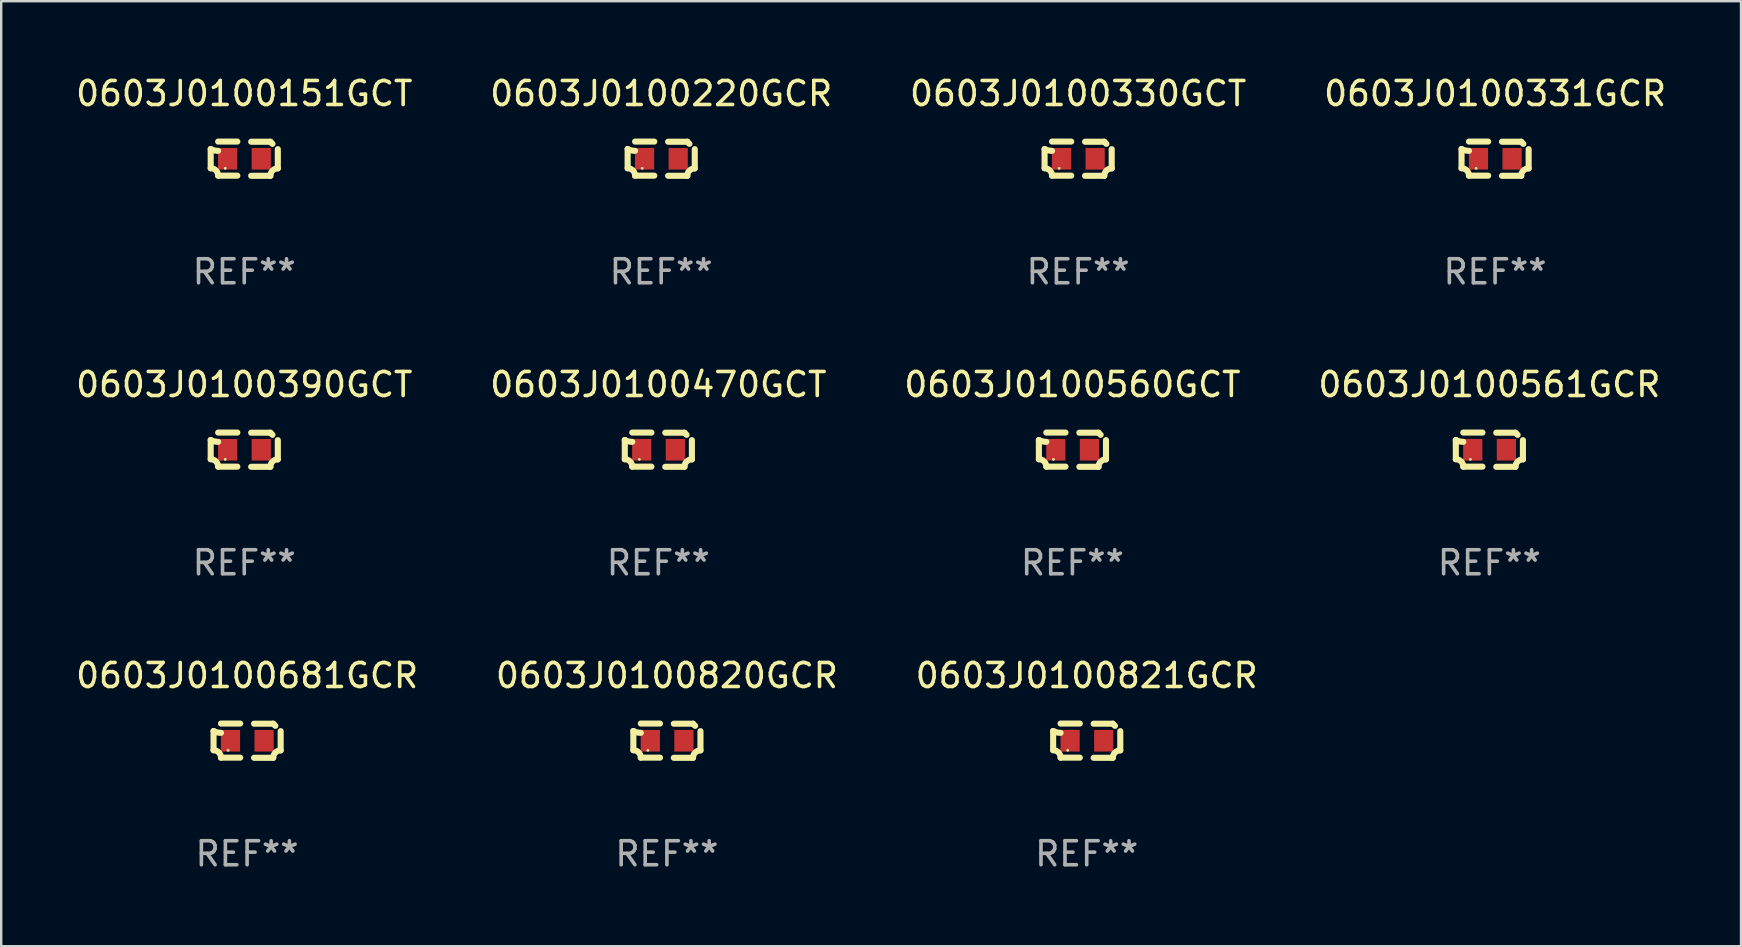
<source format=kicad_pcb>
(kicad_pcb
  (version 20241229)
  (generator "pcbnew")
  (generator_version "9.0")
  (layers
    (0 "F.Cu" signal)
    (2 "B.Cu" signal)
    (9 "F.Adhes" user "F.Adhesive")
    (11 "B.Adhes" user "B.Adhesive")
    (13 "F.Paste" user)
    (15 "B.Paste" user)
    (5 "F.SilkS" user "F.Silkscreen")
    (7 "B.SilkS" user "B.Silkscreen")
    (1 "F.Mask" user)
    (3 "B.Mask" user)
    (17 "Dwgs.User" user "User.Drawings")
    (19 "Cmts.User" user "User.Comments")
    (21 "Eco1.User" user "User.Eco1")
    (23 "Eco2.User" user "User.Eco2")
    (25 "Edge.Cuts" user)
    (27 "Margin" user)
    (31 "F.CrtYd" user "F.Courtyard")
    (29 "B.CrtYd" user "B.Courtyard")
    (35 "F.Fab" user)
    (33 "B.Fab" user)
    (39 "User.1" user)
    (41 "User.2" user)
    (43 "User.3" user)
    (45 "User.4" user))
  (footprint "0603J0100470GCT"
    (layer "F.Cu")
    (at 24.375 15.683)
    (property "Reference" "0603J0100470GCT" (at 0 -2.713 0) (layer "F.SilkS") (effects (font (size 1 1) (thickness 0.15))))
    (attr through_hole)
    (fp_line (start -1.398 -0.403) (end -1.398 0.397) (stroke (width 0.254) (type solid)) (layer "F.SilkS"))
    (fp_line (start -0.288 -0.713) (end -1.088 -0.713) (stroke (width 0.254) (type solid)) (layer "F.SilkS"))
    (fp_line (start -0.288 0.707) (end -1.088 0.707) (stroke (width 0.254) (type solid)) (layer "F.SilkS"))
    (fp_line (start 0.288 -0.707) (end 1.088 -0.707) (stroke (width 0.254) (type solid)) (layer "F.SilkS"))
    (fp_line (start 0.288 0.713) (end 1.088 0.713) (stroke (width 0.254) (type solid)) (layer "F.SilkS"))
    (fp_line (start 1.398 -0.397) (end 1.398 0.403) (stroke (width 0.254) (type solid)) (layer "F.SilkS"))
    (fp_arc (start -1.397789 0.397066) (mid -1.178701 0.487826) (end -1.08796 0.706922) (stroke (width 0.254001) (type solid)) (layer "F.SilkS"))
    (fp_arc (start -1.08796 -0.327176) (mid -1.247436 -0.346384) (end -1.39779 -0.402908) (stroke (width 0.254001) (type solid)) (layer "F.SilkS"))
    (fp_arc (start 1.087909 0.712738) (mid 1.178656 0.493655) (end 1.397739 0.402908) (stroke (width 0.254001) (type solid)) (layer "F.SilkS"))
    (fp_arc (start 1.175925 -0.618926) (mid 1.131917 -0.662923) (end 1.08791 -0.706922) (stroke (width 0.254001) (type solid)) (layer "F.SilkS"))
    (fp_circle (center -0.792 0.403) (end -0.762 0.403) (stroke (width 0.06) (type solid)) (fill no) (layer "F.SilkS"))
    (fp_text user "REF**" (at 0 4.713 0) (layer "F.Fab") (effects (font (size 1 1) (thickness 0.15))))
    (pad "1" smd rect (at -0.692 0.003) (size 0.8 0.9) (layers "F.Cu" "F.Mask" "F.Paste"))
    (pad "2" smd rect (at 0.708 0.003) (size 0.8 0.9) (layers "F.Cu" "F.Mask" "F.Paste")))
  (footprint "0603J0100561GCR"
    (layer "F.Cu")
    (at 58.994 15.683)
    (property "Reference" "0603J0100561GCR" (at 0 -2.713 0) (layer "F.SilkS") (effects (font (size 1 1) (thickness 0.15))))
    (attr through_hole)
    (fp_line (start -1.398 -0.403) (end -1.398 0.397) (stroke (width 0.254) (type solid)) (layer "F.SilkS"))
    (fp_line (start -0.288 -0.713) (end -1.088 -0.713) (stroke (width 0.254) (type solid)) (layer "F.SilkS"))
    (fp_line (start -0.288 0.707) (end -1.088 0.707) (stroke (width 0.254) (type solid)) (layer "F.SilkS"))
    (fp_line (start 0.288 -0.707) (end 1.088 -0.707) (stroke (width 0.254) (type solid)) (layer "F.SilkS"))
    (fp_line (start 0.288 0.713) (end 1.088 0.713) (stroke (width 0.254) (type solid)) (layer "F.SilkS"))
    (fp_line (start 1.398 -0.397) (end 1.398 0.403) (stroke (width 0.254) (type solid)) (layer "F.SilkS"))
    (fp_arc (start -1.397789 0.397066) (mid -1.178701 0.487826) (end -1.08796 0.706922) (stroke (width 0.254001) (type solid)) (layer "F.SilkS"))
    (fp_arc (start -1.08796 -0.327176) (mid -1.247436 -0.346384) (end -1.39779 -0.402908) (stroke (width 0.254001) (type solid)) (layer "F.SilkS"))
    (fp_arc (start 1.087909 0.712738) (mid 1.178656 0.493655) (end 1.397739 0.402908) (stroke (width 0.254001) (type solid)) (layer "F.SilkS"))
    (fp_arc (start 1.175925 -0.618926) (mid 1.131917 -0.662923) (end 1.08791 -0.706922) (stroke (width 0.254001) (type solid)) (layer "F.SilkS"))
    (fp_circle (center -0.792 0.403) (end -0.762 0.403) (stroke (width 0.06) (type solid)) (fill no) (layer "F.SilkS"))
    (fp_text user "REF**" (at 0 4.713 0) (layer "F.Fab") (effects (font (size 1 1) (thickness 0.15))))
    (pad "1" smd rect (at -0.692 0.003) (size 0.8 0.9) (layers "F.Cu" "F.Mask" "F.Paste"))
    (pad "2" smd rect (at 0.708 0.003) (size 0.8 0.9) (layers "F.Cu" "F.Mask" "F.Paste")))
  (footprint "0603J0100681GCR"
    (layer "F.Cu")
    (at 7.244 27.805)
    (property "Reference" "0603J0100681GCR" (at 0 -2.713 0) (layer "F.SilkS") (effects (font (size 1 1) (thickness 0.15))))
    (attr through_hole)
    (fp_line (start -1.398 -0.403) (end -1.398 0.397) (stroke (width 0.254) (type solid)) (layer "F.SilkS"))
    (fp_line (start -0.288 -0.713) (end -1.088 -0.713) (stroke (width 0.254) (type solid)) (layer "F.SilkS"))
    (fp_line (start -0.288 0.707) (end -1.088 0.707) (stroke (width 0.254) (type solid)) (layer "F.SilkS"))
    (fp_line (start 0.288 -0.707) (end 1.088 -0.707) (stroke (width 0.254) (type solid)) (layer "F.SilkS"))
    (fp_line (start 0.288 0.713) (end 1.088 0.713) (stroke (width 0.254) (type solid)) (layer "F.SilkS"))
    (fp_line (start 1.398 -0.397) (end 1.398 0.403) (stroke (width 0.254) (type solid)) (layer "F.SilkS"))
    (fp_arc (start -1.397789 0.397066) (mid -1.178701 0.487826) (end -1.08796 0.706922) (stroke (width 0.254001) (type solid)) (layer "F.SilkS"))
    (fp_arc (start -1.08796 -0.327176) (mid -1.247436 -0.346384) (end -1.39779 -0.402908) (stroke (width 0.254001) (type solid)) (layer "F.SilkS"))
    (fp_arc (start 1.087909 0.712738) (mid 1.178656 0.493655) (end 1.397739 0.402908) (stroke (width 0.254001) (type solid)) (layer "F.SilkS"))
    (fp_arc (start 1.175925 -0.618926) (mid 1.131917 -0.662923) (end 1.08791 -0.706922) (stroke (width 0.254001) (type solid)) (layer "F.SilkS"))
    (fp_circle (center -0.792 0.403) (end -0.762 0.403) (stroke (width 0.06) (type solid)) (fill no) (layer "F.SilkS"))
    (fp_text user "REF**" (at 0 4.713 0) (layer "F.Fab") (effects (font (size 1 1) (thickness 0.15))))
    (pad "1" smd rect (at -0.692 0.003) (size 0.8 0.9) (layers "F.Cu" "F.Mask" "F.Paste"))
    (pad "2" smd rect (at 0.708 0.003) (size 0.8 0.9) (layers "F.Cu" "F.Mask" "F.Paste")))
  (footprint "0603J0100331GCR"
    (layer "F.Cu")
    (at 59.232 3.561)
    (property "Reference" "0603J0100331GCR" (at 0 -2.713 0) (layer "F.SilkS") (effects (font (size 1 1) (thickness 0.15))))
    (attr through_hole)
    (fp_line (start -1.398 -0.403) (end -1.398 0.397) (stroke (width 0.254) (type solid)) (layer "F.SilkS"))
    (fp_line (start -0.288 -0.713) (end -1.088 -0.713) (stroke (width 0.254) (type solid)) (layer "F.SilkS"))
    (fp_line (start -0.288 0.707) (end -1.088 0.707) (stroke (width 0.254) (type solid)) (layer "F.SilkS"))
    (fp_line (start 0.288 -0.707) (end 1.088 -0.707) (stroke (width 0.254) (type solid)) (layer "F.SilkS"))
    (fp_line (start 0.288 0.713) (end 1.088 0.713) (stroke (width 0.254) (type solid)) (layer "F.SilkS"))
    (fp_line (start 1.398 -0.397) (end 1.398 0.403) (stroke (width 0.254) (type solid)) (layer "F.SilkS"))
    (fp_arc (start -1.397789 0.397066) (mid -1.178701 0.487826) (end -1.08796 0.706922) (stroke (width 0.254001) (type solid)) (layer "F.SilkS"))
    (fp_arc (start -1.08796 -0.327176) (mid -1.247436 -0.346384) (end -1.39779 -0.402908) (stroke (width 0.254001) (type solid)) (layer "F.SilkS"))
    (fp_arc (start 1.087909 0.712738) (mid 1.178656 0.493655) (end 1.397739 0.402908) (stroke (width 0.254001) (type solid)) (layer "F.SilkS"))
    (fp_arc (start 1.175925 -0.618926) (mid 1.131917 -0.662923) (end 1.08791 -0.706922) (stroke (width 0.254001) (type solid)) (layer "F.SilkS"))
    (fp_circle (center -0.792 0.403) (end -0.762 0.403) (stroke (width 0.06) (type solid)) (fill no) (layer "F.SilkS"))
    (fp_text user "REF**" (at 0 4.713 0) (layer "F.Fab") (effects (font (size 1 1) (thickness 0.15))))
    (pad "1" smd rect (at -0.692 0.003) (size 0.8 0.9) (layers "F.Cu" "F.Mask" "F.Paste"))
    (pad "2" smd rect (at 0.708 0.003) (size 0.8 0.9) (layers "F.Cu" "F.Mask" "F.Paste")))
  (footprint "0603J0100390GCT"
    (layer "F.Cu")
    (at 7.125 15.683)
    (property "Reference" "0603J0100390GCT" (at 0 -2.713 0) (layer "F.SilkS") (effects (font (size 1 1) (thickness 0.15))))
    (attr through_hole)
    (fp_line (start -1.398 -0.403) (end -1.398 0.397) (stroke (width 0.254) (type solid)) (layer "F.SilkS"))
    (fp_line (start -0.288 -0.713) (end -1.088 -0.713) (stroke (width 0.254) (type solid)) (layer "F.SilkS"))
    (fp_line (start -0.288 0.707) (end -1.088 0.707) (stroke (width 0.254) (type solid)) (layer "F.SilkS"))
    (fp_line (start 0.288 -0.707) (end 1.088 -0.707) (stroke (width 0.254) (type solid)) (layer "F.SilkS"))
    (fp_line (start 0.288 0.713) (end 1.088 0.713) (stroke (width 0.254) (type solid)) (layer "F.SilkS"))
    (fp_line (start 1.398 -0.397) (end 1.398 0.403) (stroke (width 0.254) (type solid)) (layer "F.SilkS"))
    (fp_arc (start -1.397789 0.397066) (mid -1.178701 0.487826) (end -1.08796 0.706922) (stroke (width 0.254001) (type solid)) (layer "F.SilkS"))
    (fp_arc (start -1.08796 -0.327176) (mid -1.247436 -0.346384) (end -1.39779 -0.402908) (stroke (width 0.254001) (type solid)) (layer "F.SilkS"))
    (fp_arc (start 1.087909 0.712738) (mid 1.178656 0.493655) (end 1.397739 0.402908) (stroke (width 0.254001) (type solid)) (layer "F.SilkS"))
    (fp_arc (start 1.175925 -0.618926) (mid 1.131917 -0.662923) (end 1.08791 -0.706922) (stroke (width 0.254001) (type solid)) (layer "F.SilkS"))
    (fp_circle (center -0.792 0.403) (end -0.762 0.403) (stroke (width 0.06) (type solid)) (fill no) (layer "F.SilkS"))
    (fp_text user "REF**" (at 0 4.713 0) (layer "F.Fab") (effects (font (size 1 1) (thickness 0.15))))
    (pad "1" smd rect (at -0.692 0.003) (size 0.8 0.9) (layers "F.Cu" "F.Mask" "F.Paste"))
    (pad "2" smd rect (at 0.708 0.003) (size 0.8 0.9) (layers "F.Cu" "F.Mask" "F.Paste")))
  (footprint "0603J0100220GCR"
    (layer "F.Cu")
    (at 24.494 3.561)
    (property "Reference" "0603J0100220GCR" (at 0 -2.713 0) (layer "F.SilkS") (effects (font (size 1 1) (thickness 0.15))))
    (attr through_hole)
    (fp_line (start -1.398 -0.403) (end -1.398 0.397) (stroke (width 0.254) (type solid)) (layer "F.SilkS"))
    (fp_line (start -0.288 -0.713) (end -1.088 -0.713) (stroke (width 0.254) (type solid)) (layer "F.SilkS"))
    (fp_line (start -0.288 0.707) (end -1.088 0.707) (stroke (width 0.254) (type solid)) (layer "F.SilkS"))
    (fp_line (start 0.288 -0.707) (end 1.088 -0.707) (stroke (width 0.254) (type solid)) (layer "F.SilkS"))
    (fp_line (start 0.288 0.713) (end 1.088 0.713) (stroke (width 0.254) (type solid)) (layer "F.SilkS"))
    (fp_line (start 1.398 -0.397) (end 1.398 0.403) (stroke (width 0.254) (type solid)) (layer "F.SilkS"))
    (fp_arc (start -1.397789 0.397066) (mid -1.178701 0.487826) (end -1.08796 0.706922) (stroke (width 0.254001) (type solid)) (layer "F.SilkS"))
    (fp_arc (start -1.08796 -0.327176) (mid -1.247436 -0.346384) (end -1.39779 -0.402908) (stroke (width 0.254001) (type solid)) (layer "F.SilkS"))
    (fp_arc (start 1.087909 0.712738) (mid 1.178656 0.493655) (end 1.397739 0.402908) (stroke (width 0.254001) (type solid)) (layer "F.SilkS"))
    (fp_arc (start 1.175925 -0.618926) (mid 1.131917 -0.662923) (end 1.08791 -0.706922) (stroke (width 0.254001) (type solid)) (layer "F.SilkS"))
    (fp_circle (center -0.792 0.403) (end -0.762 0.403) (stroke (width 0.06) (type solid)) (fill no) (layer "F.SilkS"))
    (fp_text user "REF**" (at 0 4.713 0) (layer "F.Fab") (effects (font (size 1 1) (thickness 0.15))))
    (pad "1" smd rect (at -0.692 0.003) (size 0.8 0.9) (layers "F.Cu" "F.Mask" "F.Paste"))
    (pad "2" smd rect (at 0.708 0.003) (size 0.8 0.9) (layers "F.Cu" "F.Mask" "F.Paste")))
  (footprint "0603J0100821GCR"
    (layer "F.Cu")
    (at 42.22 27.805)
    (property "Reference" "0603J0100821GCR" (at 0 -2.713 0) (layer "F.SilkS") (effects (font (size 1 1) (thickness 0.15))))
    (attr through_hole)
    (fp_line (start -1.398 -0.403) (end -1.398 0.397) (stroke (width 0.254) (type solid)) (layer "F.SilkS"))
    (fp_line (start -0.288 -0.713) (end -1.088 -0.713) (stroke (width 0.254) (type solid)) (layer "F.SilkS"))
    (fp_line (start -0.288 0.707) (end -1.088 0.707) (stroke (width 0.254) (type solid)) (layer "F.SilkS"))
    (fp_line (start 0.288 -0.707) (end 1.088 -0.707) (stroke (width 0.254) (type solid)) (layer "F.SilkS"))
    (fp_line (start 0.288 0.713) (end 1.088 0.713) (stroke (width 0.254) (type solid)) (layer "F.SilkS"))
    (fp_line (start 1.398 -0.397) (end 1.398 0.403) (stroke (width 0.254) (type solid)) (layer "F.SilkS"))
    (fp_arc (start -1.397789 0.397066) (mid -1.178701 0.487826) (end -1.08796 0.706922) (stroke (width 0.254001) (type solid)) (layer "F.SilkS"))
    (fp_arc (start -1.08796 -0.327176) (mid -1.247436 -0.346384) (end -1.39779 -0.402908) (stroke (width 0.254001) (type solid)) (layer "F.SilkS"))
    (fp_arc (start 1.087909 0.712738) (mid 1.178656 0.493655) (end 1.397739 0.402908) (stroke (width 0.254001) (type solid)) (layer "F.SilkS"))
    (fp_arc (start 1.175925 -0.618926) (mid 1.131917 -0.662923) (end 1.08791 -0.706922) (stroke (width 0.254001) (type solid)) (layer "F.SilkS"))
    (fp_circle (center -0.792 0.403) (end -0.762 0.403) (stroke (width 0.06) (type solid)) (fill no) (layer "F.SilkS"))
    (fp_text user "REF**" (at 0 4.713 0) (layer "F.Fab") (effects (font (size 1 1) (thickness 0.15))))
    (pad "1" smd rect (at -0.692 0.003) (size 0.8 0.9) (layers "F.Cu" "F.Mask" "F.Paste"))
    (pad "2" smd rect (at 0.708 0.003) (size 0.8 0.9) (layers "F.Cu" "F.Mask" "F.Paste")))
  (footprint "0603J0100330GCT"
    (layer "F.Cu")
    (at 41.863 3.561)
    (property "Reference" "0603J0100330GCT" (at 0 -2.713 0) (layer "F.SilkS") (effects (font (size 1 1) (thickness 0.15))))
    (attr through_hole)
    (fp_line (start -1.398 -0.403) (end -1.398 0.397) (stroke (width 0.254) (type solid)) (layer "F.SilkS"))
    (fp_line (start -0.288 -0.713) (end -1.088 -0.713) (stroke (width 0.254) (type solid)) (layer "F.SilkS"))
    (fp_line (start -0.288 0.707) (end -1.088 0.707) (stroke (width 0.254) (type solid)) (layer "F.SilkS"))
    (fp_line (start 0.288 -0.707) (end 1.088 -0.707) (stroke (width 0.254) (type solid)) (layer "F.SilkS"))
    (fp_line (start 0.288 0.713) (end 1.088 0.713) (stroke (width 0.254) (type solid)) (layer "F.SilkS"))
    (fp_line (start 1.398 -0.397) (end 1.398 0.403) (stroke (width 0.254) (type solid)) (layer "F.SilkS"))
    (fp_arc (start -1.397789 0.397066) (mid -1.178701 0.487826) (end -1.08796 0.706922) (stroke (width 0.254001) (type solid)) (layer "F.SilkS"))
    (fp_arc (start -1.08796 -0.327176) (mid -1.247436 -0.346384) (end -1.39779 -0.402908) (stroke (width 0.254001) (type solid)) (layer "F.SilkS"))
    (fp_arc (start 1.087909 0.712738) (mid 1.178656 0.493655) (end 1.397739 0.402908) (stroke (width 0.254001) (type solid)) (layer "F.SilkS"))
    (fp_arc (start 1.175925 -0.618926) (mid 1.131917 -0.662923) (end 1.08791 -0.706922) (stroke (width 0.254001) (type solid)) (layer "F.SilkS"))
    (fp_circle (center -0.792 0.403) (end -0.762 0.403) (stroke (width 0.06) (type solid)) (fill no) (layer "F.SilkS"))
    (fp_text user "REF**" (at 0 4.713 0) (layer "F.Fab") (effects (font (size 1 1) (thickness 0.15))))
    (pad "1" smd rect (at -0.692 0.003) (size 0.8 0.9) (layers "F.Cu" "F.Mask" "F.Paste"))
    (pad "2" smd rect (at 0.708 0.003) (size 0.8 0.9) (layers "F.Cu" "F.Mask" "F.Paste")))
  (footprint "0603J0100560GCT"
    (layer "F.Cu")
    (at 41.625 15.683)
    (property "Reference" "0603J0100560GCT" (at 0 -2.713 0) (layer "F.SilkS") (effects (font (size 1 1) (thickness 0.15))))
    (attr through_hole)
    (fp_line (start -1.398 -0.403) (end -1.398 0.397) (stroke (width 0.254) (type solid)) (layer "F.SilkS"))
    (fp_line (start -0.288 -0.713) (end -1.088 -0.713) (stroke (width 0.254) (type solid)) (layer "F.SilkS"))
    (fp_line (start -0.288 0.707) (end -1.088 0.707) (stroke (width 0.254) (type solid)) (layer "F.SilkS"))
    (fp_line (start 0.288 -0.707) (end 1.088 -0.707) (stroke (width 0.254) (type solid)) (layer "F.SilkS"))
    (fp_line (start 0.288 0.713) (end 1.088 0.713) (stroke (width 0.254) (type solid)) (layer "F.SilkS"))
    (fp_line (start 1.398 -0.397) (end 1.398 0.403) (stroke (width 0.254) (type solid)) (layer "F.SilkS"))
    (fp_arc (start -1.397789 0.397066) (mid -1.178701 0.487826) (end -1.08796 0.706922) (stroke (width 0.254001) (type solid)) (layer "F.SilkS"))
    (fp_arc (start -1.08796 -0.327176) (mid -1.247436 -0.346384) (end -1.39779 -0.402908) (stroke (width 0.254001) (type solid)) (layer "F.SilkS"))
    (fp_arc (start 1.087909 0.712738) (mid 1.178656 0.493655) (end 1.397739 0.402908) (stroke (width 0.254001) (type solid)) (layer "F.SilkS"))
    (fp_arc (start 1.175925 -0.618926) (mid 1.131917 -0.662923) (end 1.08791 -0.706922) (stroke (width 0.254001) (type solid)) (layer "F.SilkS"))
    (fp_circle (center -0.792 0.403) (end -0.762 0.403) (stroke (width 0.06) (type solid)) (fill no) (layer "F.SilkS"))
    (fp_text user "REF**" (at 0 4.713 0) (layer "F.Fab") (effects (font (size 1 1) (thickness 0.15))))
    (pad "1" smd rect (at -0.692 0.003) (size 0.8 0.9) (layers "F.Cu" "F.Mask" "F.Paste"))
    (pad "2" smd rect (at 0.708 0.003) (size 0.8 0.9) (layers "F.Cu" "F.Mask" "F.Paste")))
  (footprint "0603J0100820GCR"
    (layer "F.Cu")
    (at 24.732 27.805)
    (property "Reference" "0603J0100820GCR" (at 0 -2.713 0) (layer "F.SilkS") (effects (font (size 1 1) (thickness 0.15))))
    (attr through_hole)
    (fp_line (start -1.398 -0.403) (end -1.398 0.397) (stroke (width 0.254) (type solid)) (layer "F.SilkS"))
    (fp_line (start -0.288 -0.713) (end -1.088 -0.713) (stroke (width 0.254) (type solid)) (layer "F.SilkS"))
    (fp_line (start -0.288 0.707) (end -1.088 0.707) (stroke (width 0.254) (type solid)) (layer "F.SilkS"))
    (fp_line (start 0.288 -0.707) (end 1.088 -0.707) (stroke (width 0.254) (type solid)) (layer "F.SilkS"))
    (fp_line (start 0.288 0.713) (end 1.088 0.713) (stroke (width 0.254) (type solid)) (layer "F.SilkS"))
    (fp_line (start 1.398 -0.397) (end 1.398 0.403) (stroke (width 0.254) (type solid)) (layer "F.SilkS"))
    (fp_arc (start -1.397789 0.397066) (mid -1.178701 0.487826) (end -1.08796 0.706922) (stroke (width 0.254001) (type solid)) (layer "F.SilkS"))
    (fp_arc (start -1.08796 -0.327176) (mid -1.247436 -0.346384) (end -1.39779 -0.402908) (stroke (width 0.254001) (type solid)) (layer "F.SilkS"))
    (fp_arc (start 1.087909 0.712738) (mid 1.178656 0.493655) (end 1.397739 0.402908) (stroke (width 0.254001) (type solid)) (layer "F.SilkS"))
    (fp_arc (start 1.175925 -0.618926) (mid 1.131917 -0.662923) (end 1.08791 -0.706922) (stroke (width 0.254001) (type solid)) (layer "F.SilkS"))
    (fp_circle (center -0.792 0.403) (end -0.762 0.403) (stroke (width 0.06) (type solid)) (fill no) (layer "F.SilkS"))
    (fp_text user "REF**" (at 0 4.713 0) (layer "F.Fab") (effects (font (size 1 1) (thickness 0.15))))
    (pad "1" smd rect (at -0.692 0.003) (size 0.8 0.9) (layers "F.Cu" "F.Mask" "F.Paste"))
    (pad "2" smd rect (at 0.708 0.003) (size 0.8 0.9) (layers "F.Cu" "F.Mask" "F.Paste")))
  (footprint "0603J0100151GCT"
    (layer "F.Cu")
    (at 7.125 3.561)
    (property "Reference" "0603J0100151GCT" (at 0 -2.713 0) (layer "F.SilkS") (effects (font (size 1 1) (thickness 0.15))))
    (attr through_hole)
    (fp_line (start -1.398 -0.403) (end -1.398 0.397) (stroke (width 0.254) (type solid)) (layer "F.SilkS"))
    (fp_line (start -0.288 -0.713) (end -1.088 -0.713) (stroke (width 0.254) (type solid)) (layer "F.SilkS"))
    (fp_line (start -0.288 0.707) (end -1.088 0.707) (stroke (width 0.254) (type solid)) (layer "F.SilkS"))
    (fp_line (start 0.288 -0.707) (end 1.088 -0.707) (stroke (width 0.254) (type solid)) (layer "F.SilkS"))
    (fp_line (start 0.288 0.713) (end 1.088 0.713) (stroke (width 0.254) (type solid)) (layer "F.SilkS"))
    (fp_line (start 1.398 -0.397) (end 1.398 0.403) (stroke (width 0.254) (type solid)) (layer "F.SilkS"))
    (fp_arc (start -1.397789 0.397066) (mid -1.178701 0.487826) (end -1.08796 0.706922) (stroke (width 0.254001) (type solid)) (layer "F.SilkS"))
    (fp_arc (start -1.08796 -0.327176) (mid -1.247436 -0.346384) (end -1.39779 -0.402908) (stroke (width 0.254001) (type solid)) (layer "F.SilkS"))
    (fp_arc (start 1.087909 0.712738) (mid 1.178656 0.493655) (end 1.397739 0.402908) (stroke (width 0.254001) (type solid)) (layer "F.SilkS"))
    (fp_arc (start 1.175925 -0.618926) (mid 1.131917 -0.662923) (end 1.08791 -0.706922) (stroke (width 0.254001) (type solid)) (layer "F.SilkS"))
    (fp_circle (center -0.792 0.403) (end -0.762 0.403) (stroke (width 0.06) (type solid)) (fill no) (layer "F.SilkS"))
    (fp_text user "REF**" (at 0 4.713 0) (layer "F.Fab") (effects (font (size 1 1) (thickness 0.15))))
    (pad "1" smd rect (at -0.692 0.003) (size 0.8 0.9) (layers "F.Cu" "F.Mask" "F.Paste"))
    (pad "2" smd rect (at 0.708 0.003) (size 0.8 0.9) (layers "F.Cu" "F.Mask" "F.Paste")))
  (gr_rect
    (start -3 -3)
    (end 69.476 36.366)
    (stroke (width 0.1) (type default))
    (fill no)
    (layer "Edge.Cuts")))
</source>
